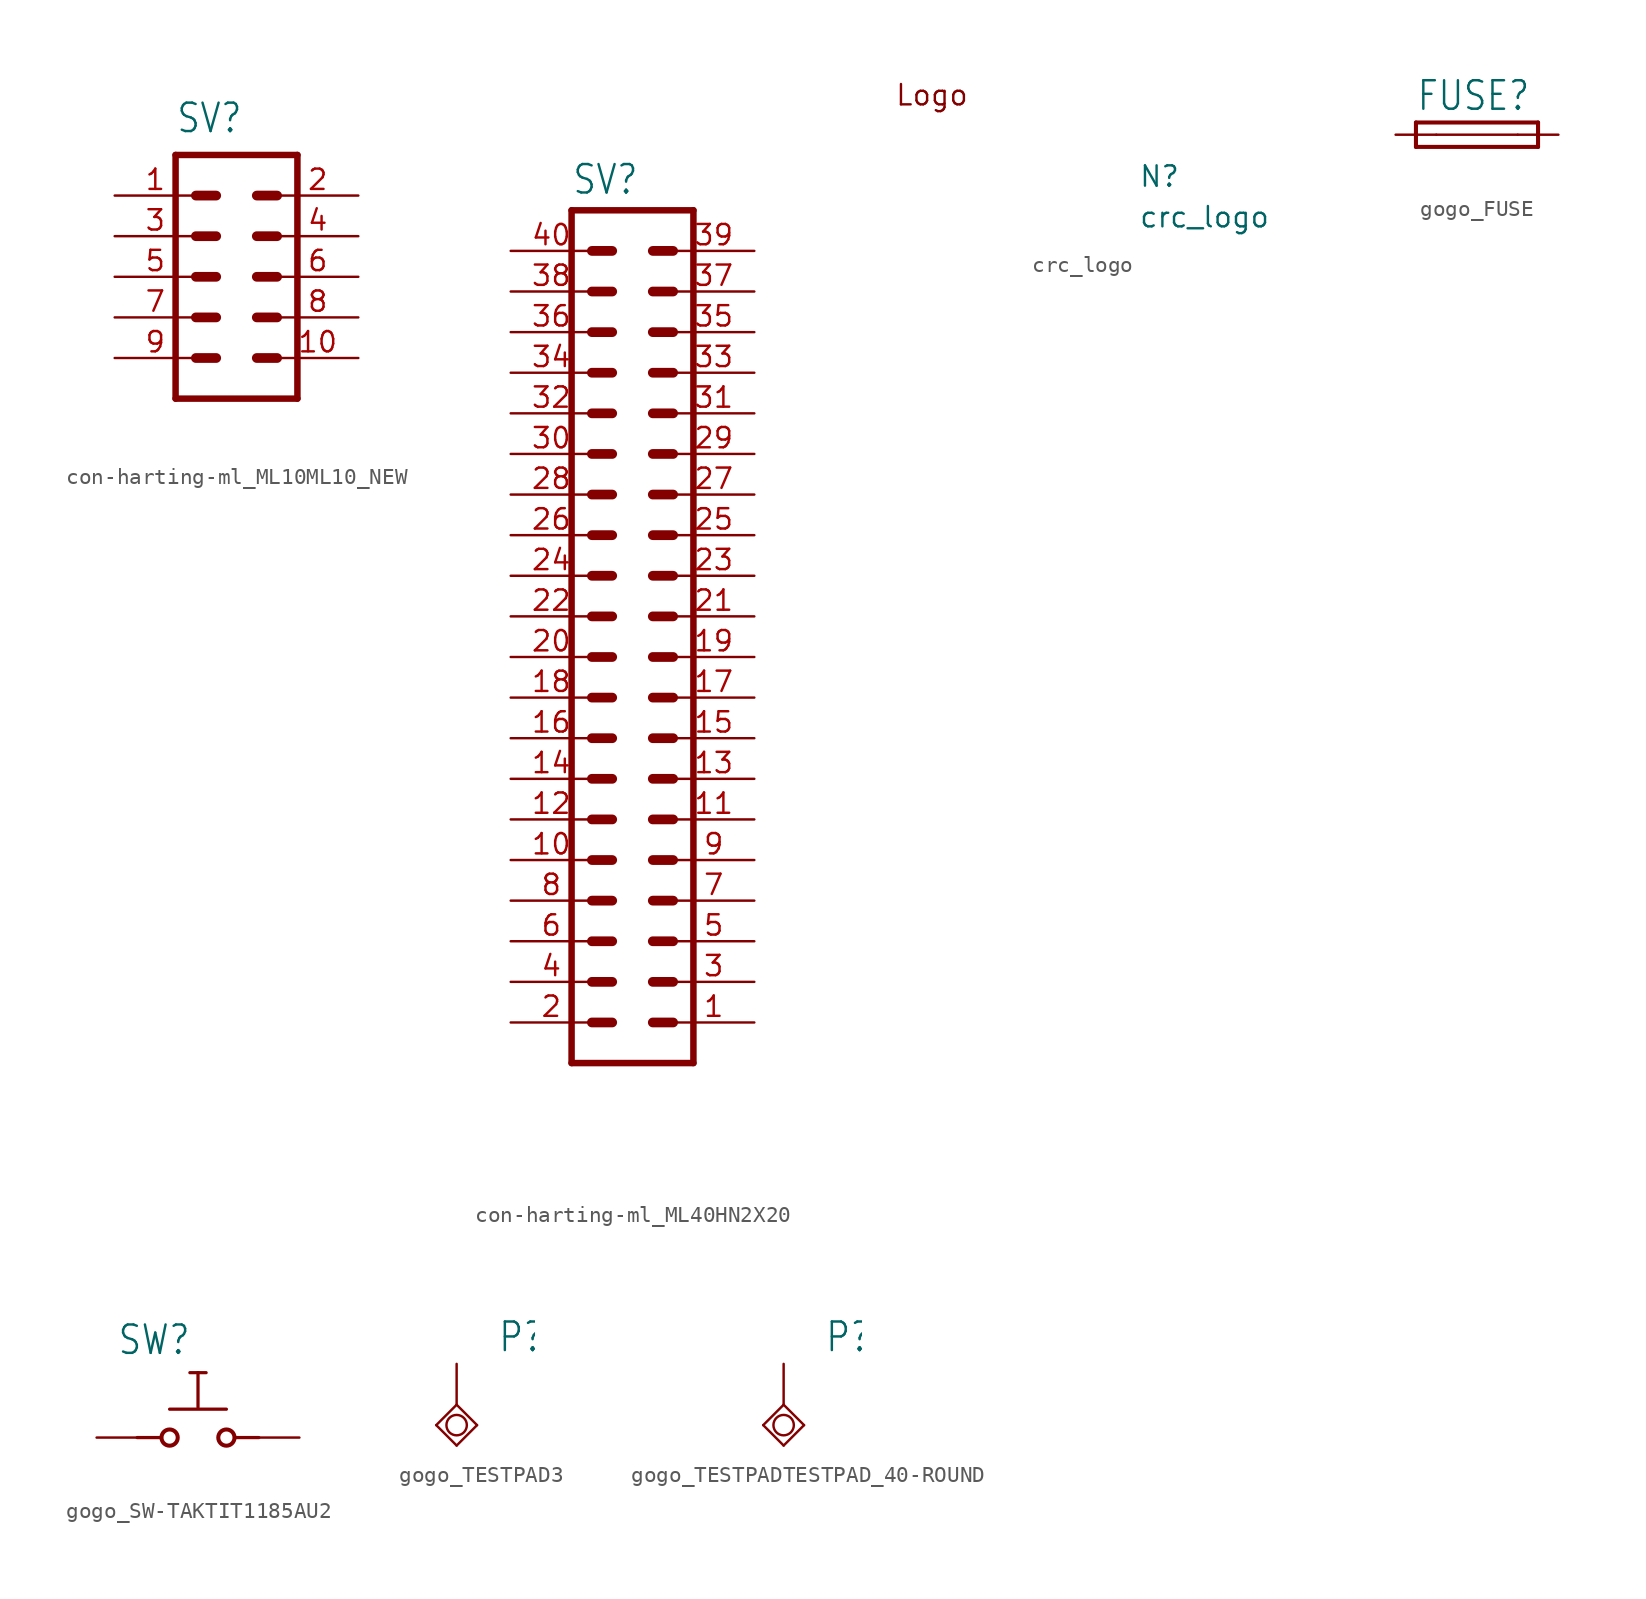
<source format=kicad_sym>
(kicad_symbol_lib
  (version 20231120)
  (generator "kicad_symbol_editor")
  (generator_version "8.0")
  (symbol "con-harting-ml_ML10ML10_NEW"
    (property "Reference" "SV"
      (at -3.81 8.89 0)
      (effects (font (size 1.778 1.511)) (justify left bottom)))
    (property "Value" ""
      (at -3.81 -8.89 0)
      (effects (font (size 1.778 1.511)) (justify left top)))
    (property "ki_locked" ""
      (at 0 0 0)
      (effects (font (size 1.27 1.27))))
    (symbol "con-harting-ml_ML10ML10_NEW_1_0"
      (polyline (pts (xy -3.81 7.62) (xy -3.81 -7.62)) (stroke (width 0.406) (type solid)) (fill (type none)))
      (polyline (pts (xy -3.81 7.62) (xy 3.81 7.62)) (stroke (width 0.406) (type solid)) (fill (type none)))
      (polyline (pts (xy -1.27 -5.08) (xy -2.54 -5.08)) (stroke (width 0.61) (type solid)) (fill (type none)))
      (polyline (pts (xy -1.27 -2.54) (xy -2.54 -2.54)) (stroke (width 0.61) (type solid)) (fill (type none)))
      (polyline (pts (xy -1.27 0) (xy -2.54 0)) (stroke (width 0.61) (type solid)) (fill (type none)))
      (polyline (pts (xy -1.27 2.54) (xy -2.54 2.54)) (stroke (width 0.61) (type solid)) (fill (type none)))
      (polyline (pts (xy -1.27 5.08) (xy -2.54 5.08)) (stroke (width 0.61) (type solid)) (fill (type none)))
      (polyline (pts (xy 2.54 -5.08) (xy 1.27 -5.08)) (stroke (width 0.61) (type solid)) (fill (type none)))
      (polyline (pts (xy 2.54 -2.54) (xy 1.27 -2.54)) (stroke (width 0.61) (type solid)) (fill (type none)))
      (polyline (pts (xy 2.54 0) (xy 1.27 0)) (stroke (width 0.61) (type solid)) (fill (type none)))
      (polyline (pts (xy 2.54 2.54) (xy 1.27 2.54)) (stroke (width 0.61) (type solid)) (fill (type none)))
      (polyline (pts (xy 2.54 5.08) (xy 1.27 5.08)) (stroke (width 0.61) (type solid)) (fill (type none)))
      (polyline (pts (xy 3.81 -7.62) (xy -3.81 -7.62)) (stroke (width 0.406) (type solid)) (fill (type none)))
      (polyline (pts (xy 3.81 -7.62) (xy 3.81 7.62)) (stroke (width 0.406) (type solid)) (fill (type none)))
      (pin passive line (at -7.62 5.08 0) (length 5.08) (name "1" (effects (font (size 0 0)))) (number "1" (effects (font (size 1.27 1.27)))))
      (pin passive line (at 7.62 -5.08 180) (length 5.08) (name "10" (effects (font (size 0 0)))) (number "10" (effects (font (size 1.27 1.27)))))
      (pin passive line (at 7.62 5.08 180) (length 5.08) (name "2" (effects (font (size 0 0)))) (number "2" (effects (font (size 1.27 1.27)))))
      (pin passive line (at -7.62 2.54 0) (length 5.08) (name "3" (effects (font (size 0 0)))) (number "3" (effects (font (size 1.27 1.27)))))
      (pin passive line (at 7.62 2.54 180) (length 5.08) (name "4" (effects (font (size 0 0)))) (number "4" (effects (font (size 1.27 1.27)))))
      (pin passive line (at -7.62 0 0) (length 5.08) (name "5" (effects (font (size 0 0)))) (number "5" (effects (font (size 1.27 1.27)))))
      (pin passive line (at 7.62 0 180) (length 5.08) (name "6" (effects (font (size 0 0)))) (number "6" (effects (font (size 1.27 1.27)))))
      (pin passive line (at -7.62 -2.54 0) (length 5.08) (name "7" (effects (font (size 0 0)))) (number "7" (effects (font (size 1.27 1.27)))))
      (pin passive line (at 7.62 -2.54 180) (length 5.08) (name "8" (effects (font (size 0 0)))) (number "8" (effects (font (size 1.27 1.27)))))
      (pin passive line (at -7.62 -5.08 0) (length 5.08) (name "9" (effects (font (size 0 0)))) (number "9" (effects (font (size 1.27 1.27)))))))
  (symbol "con-harting-ml_ML40HN2X20"
    (property "Reference" "SV"
      (at -3.81 26.289 0)
      (effects (font (size 1.778 1.511)) (justify left bottom)))
    (property "Value" ""
      (at -3.81 -30.48 0)
      (effects (font (size 1.778 1.511)) (justify left bottom)))
    (property "ki_locked" ""
      (at 0 0 0)
      (effects (font (size 1.27 1.27))))
    (symbol "con-harting-ml_ML40HN2X20_1_0"
      (polyline (pts (xy -3.81 25.4) (xy -3.81 -27.94)) (stroke (width 0.406) (type solid)) (fill (type none)))
      (polyline (pts (xy -3.81 25.4) (xy 3.81 25.4)) (stroke (width 0.406) (type solid)) (fill (type none)))
      (polyline (pts (xy -2.54 -25.4) (xy -1.27 -25.4)) (stroke (width 0.61) (type solid)) (fill (type none)))
      (polyline (pts (xy -2.54 -22.86) (xy -1.27 -22.86)) (stroke (width 0.61) (type solid)) (fill (type none)))
      (polyline (pts (xy -2.54 -20.32) (xy -1.27 -20.32)) (stroke (width 0.61) (type solid)) (fill (type none)))
      (polyline (pts (xy -2.54 -17.78) (xy -1.27 -17.78)) (stroke (width 0.61) (type solid)) (fill (type none)))
      (polyline (pts (xy -2.54 -15.24) (xy -1.27 -15.24)) (stroke (width 0.61) (type solid)) (fill (type none)))
      (polyline (pts (xy -2.54 -12.7) (xy -1.27 -12.7)) (stroke (width 0.61) (type solid)) (fill (type none)))
      (polyline (pts (xy -2.54 -10.16) (xy -1.27 -10.16)) (stroke (width 0.61) (type solid)) (fill (type none)))
      (polyline (pts (xy -2.54 -7.62) (xy -1.27 -7.62)) (stroke (width 0.61) (type solid)) (fill (type none)))
      (polyline (pts (xy -2.54 -5.08) (xy -1.27 -5.08)) (stroke (width 0.61) (type solid)) (fill (type none)))
      (polyline (pts (xy -2.54 -2.54) (xy -1.27 -2.54)) (stroke (width 0.61) (type solid)) (fill (type none)))
      (polyline (pts (xy -2.54 0) (xy -1.27 0)) (stroke (width 0.61) (type solid)) (fill (type none)))
      (polyline (pts (xy -2.54 2.54) (xy -1.27 2.54)) (stroke (width 0.61) (type solid)) (fill (type none)))
      (polyline (pts (xy -2.54 5.08) (xy -1.27 5.08)) (stroke (width 0.61) (type solid)) (fill (type none)))
      (polyline (pts (xy -2.54 7.62) (xy -1.27 7.62)) (stroke (width 0.61) (type solid)) (fill (type none)))
      (polyline (pts (xy -2.54 10.16) (xy -1.27 10.16)) (stroke (width 0.61) (type solid)) (fill (type none)))
      (polyline (pts (xy -2.54 12.7) (xy -1.27 12.7)) (stroke (width 0.61) (type solid)) (fill (type none)))
      (polyline (pts (xy -2.54 15.24) (xy -1.27 15.24)) (stroke (width 0.61) (type solid)) (fill (type none)))
      (polyline (pts (xy -2.54 17.78) (xy -1.27 17.78)) (stroke (width 0.61) (type solid)) (fill (type none)))
      (polyline (pts (xy -2.54 20.32) (xy -1.27 20.32)) (stroke (width 0.61) (type solid)) (fill (type none)))
      (polyline (pts (xy -2.54 22.86) (xy -1.27 22.86)) (stroke (width 0.61) (type solid)) (fill (type none)))
      (polyline (pts (xy 1.27 -25.4) (xy 2.54 -25.4)) (stroke (width 0.61) (type solid)) (fill (type none)))
      (polyline (pts (xy 1.27 -22.86) (xy 2.54 -22.86)) (stroke (width 0.61) (type solid)) (fill (type none)))
      (polyline (pts (xy 1.27 -20.32) (xy 2.54 -20.32)) (stroke (width 0.61) (type solid)) (fill (type none)))
      (polyline (pts (xy 1.27 -17.78) (xy 2.54 -17.78)) (stroke (width 0.61) (type solid)) (fill (type none)))
      (polyline (pts (xy 1.27 -15.24) (xy 2.54 -15.24)) (stroke (width 0.61) (type solid)) (fill (type none)))
      (polyline (pts (xy 1.27 -12.7) (xy 2.54 -12.7)) (stroke (width 0.61) (type solid)) (fill (type none)))
      (polyline (pts (xy 1.27 -10.16) (xy 2.54 -10.16)) (stroke (width 0.61) (type solid)) (fill (type none)))
      (polyline (pts (xy 1.27 -7.62) (xy 2.54 -7.62)) (stroke (width 0.61) (type solid)) (fill (type none)))
      (polyline (pts (xy 1.27 -5.08) (xy 2.54 -5.08)) (stroke (width 0.61) (type solid)) (fill (type none)))
      (polyline (pts (xy 1.27 -2.54) (xy 2.54 -2.54)) (stroke (width 0.61) (type solid)) (fill (type none)))
      (polyline (pts (xy 1.27 0) (xy 2.54 0)) (stroke (width 0.61) (type solid)) (fill (type none)))
      (polyline (pts (xy 1.27 2.54) (xy 2.54 2.54)) (stroke (width 0.61) (type solid)) (fill (type none)))
      (polyline (pts (xy 1.27 5.08) (xy 2.54 5.08)) (stroke (width 0.61) (type solid)) (fill (type none)))
      (polyline (pts (xy 1.27 7.62) (xy 2.54 7.62)) (stroke (width 0.61) (type solid)) (fill (type none)))
      (polyline (pts (xy 1.27 10.16) (xy 2.54 10.16)) (stroke (width 0.61) (type solid)) (fill (type none)))
      (polyline (pts (xy 1.27 12.7) (xy 2.54 12.7)) (stroke (width 0.61) (type solid)) (fill (type none)))
      (polyline (pts (xy 1.27 15.24) (xy 2.54 15.24)) (stroke (width 0.61) (type solid)) (fill (type none)))
      (polyline (pts (xy 1.27 17.78) (xy 2.54 17.78)) (stroke (width 0.61) (type solid)) (fill (type none)))
      (polyline (pts (xy 1.27 20.32) (xy 2.54 20.32)) (stroke (width 0.61) (type solid)) (fill (type none)))
      (polyline (pts (xy 1.27 22.86) (xy 2.54 22.86)) (stroke (width 0.61) (type solid)) (fill (type none)))
      (polyline (pts (xy 3.81 -27.94) (xy -3.81 -27.94)) (stroke (width 0.406) (type solid)) (fill (type none)))
      (polyline (pts (xy 3.81 -27.94) (xy 3.81 25.4)) (stroke (width 0.406) (type solid)) (fill (type none)))
      (pin passive line (at 7.62 -25.4 180) (length 5.08) (name "1" (effects (font (size 0 0)))) (number "1" (effects (font (size 1.27 1.27)))))
      (pin passive line (at -7.62 -15.24 0) (length 5.08) (name "10" (effects (font (size 0 0)))) (number "10" (effects (font (size 1.27 1.27)))))
      (pin passive line (at 7.62 -12.7 180) (length 5.08) (name "11" (effects (font (size 0 0)))) (number "11" (effects (font (size 1.27 1.27)))))
      (pin passive line (at -7.62 -12.7 0) (length 5.08) (name "12" (effects (font (size 0 0)))) (number "12" (effects (font (size 1.27 1.27)))))
      (pin passive line (at 7.62 -10.16 180) (length 5.08) (name "13" (effects (font (size 0 0)))) (number "13" (effects (font (size 1.27 1.27)))))
      (pin passive line (at -7.62 -10.16 0) (length 5.08) (name "14" (effects (font (size 0 0)))) (number "14" (effects (font (size 1.27 1.27)))))
      (pin passive line (at 7.62 -7.62 180) (length 5.08) (name "15" (effects (font (size 0 0)))) (number "15" (effects (font (size 1.27 1.27)))))
      (pin passive line (at -7.62 -7.62 0) (length 5.08) (name "16" (effects (font (size 0 0)))) (number "16" (effects (font (size 1.27 1.27)))))
      (pin passive line (at 7.62 -5.08 180) (length 5.08) (name "17" (effects (font (size 0 0)))) (number "17" (effects (font (size 1.27 1.27)))))
      (pin passive line (at -7.62 -5.08 0) (length 5.08) (name "18" (effects (font (size 0 0)))) (number "18" (effects (font (size 1.27 1.27)))))
      (pin passive line (at 7.62 -2.54 180) (length 5.08) (name "19" (effects (font (size 0 0)))) (number "19" (effects (font (size 1.27 1.27)))))
      (pin passive line (at -7.62 -25.4 0) (length 5.08) (name "2" (effects (font (size 0 0)))) (number "2" (effects (font (size 1.27 1.27)))))
      (pin passive line (at -7.62 -2.54 0) (length 5.08) (name "20" (effects (font (size 0 0)))) (number "20" (effects (font (size 1.27 1.27)))))
      (pin passive line (at 7.62 0 180) (length 5.08) (name "21" (effects (font (size 0 0)))) (number "21" (effects (font (size 1.27 1.27)))))
      (pin passive line (at -7.62 0 0) (length 5.08) (name "22" (effects (font (size 0 0)))) (number "22" (effects (font (size 1.27 1.27)))))
      (pin passive line (at 7.62 2.54 180) (length 5.08) (name "23" (effects (font (size 0 0)))) (number "23" (effects (font (size 1.27 1.27)))))
      (pin passive line (at -7.62 2.54 0) (length 5.08) (name "24" (effects (font (size 0 0)))) (number "24" (effects (font (size 1.27 1.27)))))
      (pin passive line (at 7.62 5.08 180) (length 5.08) (name "25" (effects (font (size 0 0)))) (number "25" (effects (font (size 1.27 1.27)))))
      (pin passive line (at -7.62 5.08 0) (length 5.08) (name "26" (effects (font (size 0 0)))) (number "26" (effects (font (size 1.27 1.27)))))
      (pin passive line (at 7.62 7.62 180) (length 5.08) (name "27" (effects (font (size 0 0)))) (number "27" (effects (font (size 1.27 1.27)))))
      (pin passive line (at -7.62 7.62 0) (length 5.08) (name "28" (effects (font (size 0 0)))) (number "28" (effects (font (size 1.27 1.27)))))
      (pin passive line (at 7.62 10.16 180) (length 5.08) (name "29" (effects (font (size 0 0)))) (number "29" (effects (font (size 1.27 1.27)))))
      (pin passive line (at 7.62 -22.86 180) (length 5.08) (name "3" (effects (font (size 0 0)))) (number "3" (effects (font (size 1.27 1.27)))))
      (pin passive line (at -7.62 10.16 0) (length 5.08) (name "30" (effects (font (size 0 0)))) (number "30" (effects (font (size 1.27 1.27)))))
      (pin passive line (at 7.62 12.7 180) (length 5.08) (name "31" (effects (font (size 0 0)))) (number "31" (effects (font (size 1.27 1.27)))))
      (pin passive line (at -7.62 12.7 0) (length 5.08) (name "32" (effects (font (size 0 0)))) (number "32" (effects (font (size 1.27 1.27)))))
      (pin passive line (at 7.62 15.24 180) (length 5.08) (name "33" (effects (font (size 0 0)))) (number "33" (effects (font (size 1.27 1.27)))))
      (pin passive line (at -7.62 15.24 0) (length 5.08) (name "34" (effects (font (size 0 0)))) (number "34" (effects (font (size 1.27 1.27)))))
      (pin passive line (at 7.62 17.78 180) (length 5.08) (name "35" (effects (font (size 0 0)))) (number "35" (effects (font (size 1.27 1.27)))))
      (pin passive line (at -7.62 17.78 0) (length 5.08) (name "36" (effects (font (size 0 0)))) (number "36" (effects (font (size 1.27 1.27)))))
      (pin passive line (at 7.62 20.32 180) (length 5.08) (name "37" (effects (font (size 0 0)))) (number "37" (effects (font (size 1.27 1.27)))))
      (pin passive line (at -7.62 20.32 0) (length 5.08) (name "38" (effects (font (size 0 0)))) (number "38" (effects (font (size 1.27 1.27)))))
      (pin passive line (at 7.62 22.86 180) (length 5.08) (name "39" (effects (font (size 0 0)))) (number "39" (effects (font (size 1.27 1.27)))))
      (pin passive line (at -7.62 -22.86 0) (length 5.08) (name "4" (effects (font (size 0 0)))) (number "4" (effects (font (size 1.27 1.27)))))
      (pin passive line (at -7.62 22.86 0) (length 5.08) (name "40" (effects (font (size 0 0)))) (number "40" (effects (font (size 1.27 1.27)))))
      (pin passive line (at 7.62 -20.32 180) (length 5.08) (name "5" (effects (font (size 0 0)))) (number "5" (effects (font (size 1.27 1.27)))))
      (pin passive line (at -7.62 -20.32 0) (length 5.08) (name "6" (effects (font (size 0 0)))) (number "6" (effects (font (size 1.27 1.27)))))
      (pin passive line (at 7.62 -17.78 180) (length 5.08) (name "7" (effects (font (size 0 0)))) (number "7" (effects (font (size 1.27 1.27)))))
      (pin passive line (at -7.62 -17.78 0) (length 5.08) (name "8" (effects (font (size 0 0)))) (number "8" (effects (font (size 1.27 1.27)))))
      (pin passive line (at 7.62 -15.24 180) (length 5.08) (name "9" (effects (font (size 0 0)))) (number "9" (effects (font (size 1.27 1.27)))))))
  (symbol "crc_logo"
    (property "Reference" "N"
      (at 15.24 -5.08 0)
      (effects (font (size 1.27 1.27) (thickness 0.15)) (justify left bottom)))
    (property "Value" "crc_logo"
      (at 15.24 -7.62 0)
      (effects (font (size 1.27 1.27) (thickness 0.15)) (justify left bottom)))
    (symbol "crc_logo_1_1"
      (text "Logo" (at 0 0 0) (effects (font (size 1.27 1.27) (thickness 0.15)) (justify left bottom)))))
  (symbol "gogo_FUSE"
    (property "Reference" "FUSE"
      (at -3.81 1.397 0)
      (effects (font (size 1.778 1.511)) (justify left bottom)))
    (property "Value" ""
      (at -3.81 -2.921 0)
      (effects (font (size 1.778 1.511)) (justify left bottom)))
    (property "ki_locked" ""
      (at 0 0 0)
      (effects (font (size 1.27 1.27))))
    (symbol "gogo_FUSE_1_0"
      (polyline (pts (xy -3.81 -0.762) (xy 3.81 -0.762)) (stroke (width 0.254) (type solid)) (fill (type none)))
      (polyline (pts (xy -3.81 0.762) (xy -3.81 -0.762)) (stroke (width 0.254) (type solid)) (fill (type none)))
      (polyline (pts (xy -2.54 0) (xy 2.54 0)) (stroke (width 0.152) (type solid)) (fill (type none)))
      (polyline (pts (xy 3.81 -0.762) (xy 3.81 0.762)) (stroke (width 0.254) (type solid)) (fill (type none)))
      (polyline (pts (xy 3.81 0.762) (xy -3.81 0.762)) (stroke (width 0.254) (type solid)) (fill (type none)))
      (pin passive line (at -5.08 0 0) (length 2.54) (name "1" (effects (font (size 0 0)))) (number "1" (effects (font (size 0 0)))))
      (pin passive line (at 5.08 0 180) (length 2.54) (name "2" (effects (font (size 0 0)))) (number "2" (effects (font (size 0 0)))))))
  (symbol "gogo_SW-TAKTIT1185AU2"
    (property "Reference" "SW"
      (at -5.08 5.08 0)
      (effects (font (size 1.778 1.511)) (justify left bottom)))
    (property "Value" ""
      (at -5.08 -2.54 0)
      (effects (font (size 1.778 1.511)) (justify left bottom)))
    (property "ki_locked" ""
      (at 0 0 0)
      (effects (font (size 1.27 1.27))))
    (symbol "gogo_SW-TAKTIT1185AU2_1_0"
      (circle (center -1.778 0) (radius 0.508) (stroke (width 0.254) (type solid)) (fill (type none)))
      (polyline (pts (xy -2.286 0) (xy -3.81 0)) (stroke (width 0.203) (type solid)) (fill (type none)))
      (polyline (pts (xy -1.778 1.778) (xy 1.778 1.778)) (stroke (width 0.203) (type solid)) (fill (type none)))
      (polyline (pts (xy 0 1.905) (xy 0 4.064)) (stroke (width 0.203) (type solid)) (fill (type none)))
      (polyline (pts (xy 0 4.064) (xy -0.508 4.064)) (stroke (width 0.203) (type solid)) (fill (type none)))
      (polyline (pts (xy 0.508 4.064) (xy 0 4.064)) (stroke (width 0.203) (type solid)) (fill (type none)))
      (polyline (pts (xy 2.286 0) (xy 3.81 0)) (stroke (width 0.203) (type solid)) (fill (type none)))
      (circle (center 1.778 0) (radius 0.508) (stroke (width 0.254) (type solid)) (fill (type none)))
      (pin passive line (at -6.35 0 0) (length 2.54) (name "0@B" (effects (font (size 0 0)))) (number "1" (effects (font (size 0 0)))))
      (pin passive line (at 6.35 0 180) (length 2.54) (name "1@B" (effects (font (size 0 0)))) (number "2" (effects (font (size 0 0)))))))
  (symbol "gogo_TESTPAD3"
    (property "Reference" "P"
      (at 2.54 3.175 0)
      (effects (font (size 1.778 1.511)) (justify left bottom)))
    (property "ki_locked" ""
      (at 0 0 0)
      (effects (font (size 1.27 1.27))))
    (symbol "gogo_TESTPAD3_1_0"
      (circle (center 0 -1.27) (radius 0.635) (stroke (width 0.152) (type solid)) (fill (type none)))
      (polyline (pts (xy -1.27 -1.27) (xy 0 -2.54)) (stroke (width 0.152) (type solid)) (fill (type none)))
      (polyline (pts (xy 0 -2.54) (xy 1.27 -1.27)) (stroke (width 0.152) (type solid)) (fill (type none)))
      (polyline (pts (xy 0 0) (xy -1.27 -1.27)) (stroke (width 0.152) (type solid)) (fill (type none)))
      (polyline (pts (xy 1.27 -1.27) (xy 0 0)) (stroke (width 0.152) (type solid)) (fill (type none)))
      (pin passive line (at 0 2.54 270) (length 2.54) (name "PP" (effects (font (size 0 0)))) (number "P$1" (effects (font (size 0 0)))))))
  (symbol "gogo_TESTPADTESTPAD_40-ROUND"
    (property "Reference" "P"
      (at 2.54 3.175 0)
      (effects (font (size 1.778 1.511)) (justify left bottom)))
    (property "ki_locked" ""
      (at 0 0 0)
      (effects (font (size 1.27 1.27))))
    (symbol "gogo_TESTPADTESTPAD_40-ROUND_1_0"
      (circle (center 0 -1.27) (radius 0.635) (stroke (width 0.152) (type solid)) (fill (type none)))
      (polyline (pts (xy -1.27 -1.27) (xy 0 -2.54)) (stroke (width 0.152) (type solid)) (fill (type none)))
      (polyline (pts (xy 0 -2.54) (xy 1.27 -1.27)) (stroke (width 0.152) (type solid)) (fill (type none)))
      (polyline (pts (xy 0 0) (xy -1.27 -1.27)) (stroke (width 0.152) (type solid)) (fill (type none)))
      (polyline (pts (xy 1.27 -1.27) (xy 0 0)) (stroke (width 0.152) (type solid)) (fill (type none)))
      (pin passive line (at 0 2.54 270) (length 2.54) (name "PP" (effects (font (size 0 0)))) (number "1" (effects (font (size 0 0))))))))
</source>
